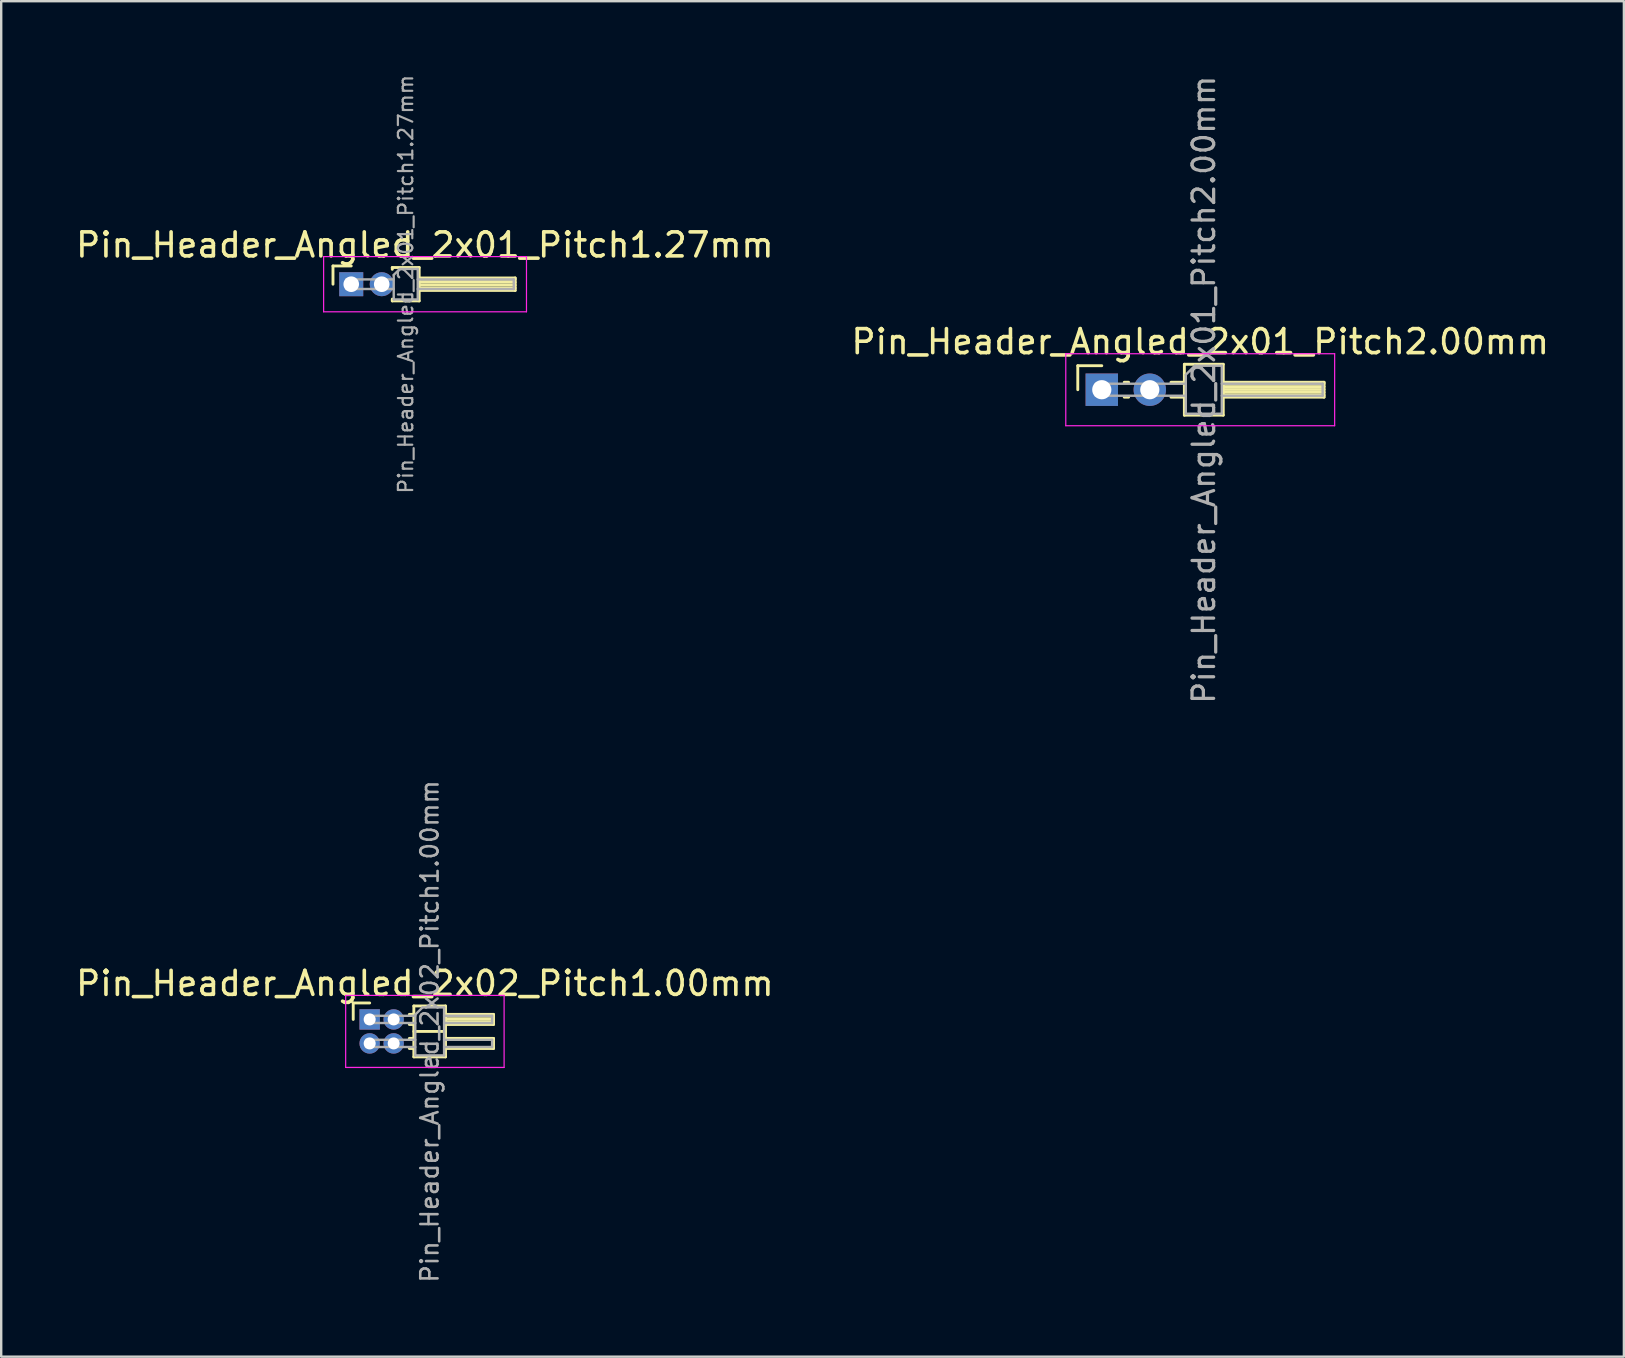
<source format=kicad_pcb>
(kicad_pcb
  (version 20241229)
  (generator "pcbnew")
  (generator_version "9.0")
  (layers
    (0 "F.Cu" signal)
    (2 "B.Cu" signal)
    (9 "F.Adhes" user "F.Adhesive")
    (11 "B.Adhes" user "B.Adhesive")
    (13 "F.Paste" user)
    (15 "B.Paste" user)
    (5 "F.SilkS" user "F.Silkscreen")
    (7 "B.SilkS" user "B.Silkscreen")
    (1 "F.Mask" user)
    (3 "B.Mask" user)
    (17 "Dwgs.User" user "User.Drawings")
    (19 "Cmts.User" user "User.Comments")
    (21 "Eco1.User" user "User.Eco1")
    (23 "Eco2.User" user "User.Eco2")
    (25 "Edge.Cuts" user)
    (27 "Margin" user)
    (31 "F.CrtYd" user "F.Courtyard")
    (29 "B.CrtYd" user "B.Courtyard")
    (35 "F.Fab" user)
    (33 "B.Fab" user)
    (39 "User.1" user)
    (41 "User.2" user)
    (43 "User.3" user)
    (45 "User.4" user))
  (footprint "Pin_Header_Angled_2x01_Pitch1.27mm"
    (layer "F.Cu")
    (at 11.581 8.789)
    (property "Reference" "Pin_Header_Angled_2x01_Pitch1.27mm" (at 3.067 -1.635 0) (layer "F.SilkS") (effects (font (size 1 1) (thickness 0.15))))
    (attr through_hole)
    (fp_line (start -0.76 -0.76) (end 0 -0.76) (stroke (width 0.12) (type solid)) (layer "F.SilkS"))
    (fp_line (start -0.76 0) (end -0.76 -0.76) (stroke (width 0.12) (type solid)) (layer "F.SilkS"))
    (fp_line (start 1.71 -0.695) (end 2.83 -0.695) (stroke (width 0.12) (type solid)) (layer "F.SilkS"))
    (fp_line (start 1.71 -0.62) (end 1.71 -0.695) (stroke (width 0.12) (type solid)) (layer "F.SilkS"))
    (fp_line (start 1.71 0.695) (end 1.71 0.62) (stroke (width 0.12) (type solid)) (layer "F.SilkS"))
    (fp_line (start 2.83 -0.695) (end 2.83 0.695) (stroke (width 0.12) (type solid)) (layer "F.SilkS"))
    (fp_line (start 2.83 -0.26) (end 6.83 -0.26) (stroke (width 0.12) (type solid)) (layer "F.SilkS"))
    (fp_line (start 2.83 -0.2) (end 6.83 -0.2) (stroke (width 0.12) (type solid)) (layer "F.SilkS"))
    (fp_line (start 2.83 -0.08) (end 6.83 -0.08) (stroke (width 0.12) (type solid)) (layer "F.SilkS"))
    (fp_line (start 2.83 0.04) (end 6.83 0.04) (stroke (width 0.12) (type solid)) (layer "F.SilkS"))
    (fp_line (start 2.83 0.16) (end 6.83 0.16) (stroke (width 0.12) (type solid)) (layer "F.SilkS"))
    (fp_line (start 2.83 0.695) (end 1.71 0.695) (stroke (width 0.12) (type solid)) (layer "F.SilkS"))
    (fp_line (start 6.83 -0.26) (end 6.83 0.26) (stroke (width 0.12) (type solid)) (layer "F.SilkS"))
    (fp_line (start 6.83 0.26) (end 2.83 0.26) (stroke (width 0.12) (type solid)) (layer "F.SilkS"))
    (fp_line (start -1.15 -1.15) (end -1.15 1.15) (stroke (width 0.05) (type solid)) (layer "F.CrtYd"))
    (fp_line (start -1.15 1.15) (end 7.3 1.15) (stroke (width 0.05) (type solid)) (layer "F.CrtYd"))
    (fp_line (start 7.3 -1.15) (end -1.15 -1.15) (stroke (width 0.05) (type solid)) (layer "F.CrtYd"))
    (fp_line (start 7.3 1.15) (end 7.3 -1.15) (stroke (width 0.05) (type solid)) (layer "F.CrtYd"))
    (fp_line (start -0.2 -0.2) (end -0.2 0.2) (stroke (width 0.1) (type solid)) (layer "F.Fab"))
    (fp_line (start -0.2 -0.2) (end 1.77 -0.2) (stroke (width 0.1) (type solid)) (layer "F.Fab"))
    (fp_line (start -0.2 0.2) (end 1.77 0.2) (stroke (width 0.1) (type solid)) (layer "F.Fab"))
    (fp_line (start 1.77 -0.385) (end 2.02 -0.635) (stroke (width 0.1) (type solid)) (layer "F.Fab"))
    (fp_line (start 1.77 0.635) (end 1.77 -0.385) (stroke (width 0.1) (type solid)) (layer "F.Fab"))
    (fp_line (start 2.02 -0.635) (end 2.77 -0.635) (stroke (width 0.1) (type solid)) (layer "F.Fab"))
    (fp_line (start 2.77 -0.635) (end 2.77 0.635) (stroke (width 0.1) (type solid)) (layer "F.Fab"))
    (fp_line (start 2.77 -0.2) (end 6.77 -0.2) (stroke (width 0.1) (type solid)) (layer "F.Fab"))
    (fp_line (start 2.77 0.2) (end 6.77 0.2) (stroke (width 0.1) (type solid)) (layer "F.Fab"))
    (fp_line (start 2.77 0.635) (end 1.77 0.635) (stroke (width 0.1) (type solid)) (layer "F.Fab"))
    (fp_line (start 6.77 -0.2) (end 6.77 0.2) (stroke (width 0.1) (type solid)) (layer "F.Fab"))
    (fp_text user "${REFERENCE}" (at 2.27 0 90) (layer "F.Fab") (effects (font (size 0.6 0.6) (thickness 0.09))))
    (pad "1" thru_hole rect (at 0 0) (size 1 1) (drill 0.65) (layers "*.Cu" "*.Mask"))
    (pad "2" thru_hole oval (at 1.27 0) (size 1 1) (drill 0.65) (layers "*.Cu" "*.Mask")))
  (footprint "Pin_Header_Angled_2x01_Pitch2.00mm"
    (layer "F.Cu")
    (at 42.846 13.184)
    (property "Reference" "Pin_Header_Angled_2x01_Pitch2.00mm" (at 4.1 -2 0) (layer "F.SilkS") (effects (font (size 1 1) (thickness 0.15))))
    (attr through_hole)
    (fp_line (start -1 -1) (end 0 -1) (stroke (width 0.12) (type solid)) (layer "F.SilkS"))
    (fp_line (start -1 0) (end -1 -1) (stroke (width 0.12) (type solid)) (layer "F.SilkS"))
    (fp_line (start 0.935 -0.31) (end 1.118 -0.31) (stroke (width 0.12) (type solid)) (layer "F.SilkS"))
    (fp_line (start 0.935 0.31) (end 1.118 0.31) (stroke (width 0.12) (type solid)) (layer "F.SilkS"))
    (fp_line (start 2.882 -0.31) (end 3.44 -0.31) (stroke (width 0.12) (type solid)) (layer "F.SilkS"))
    (fp_line (start 2.882 0.31) (end 3.44 0.31) (stroke (width 0.12) (type solid)) (layer "F.SilkS"))
    (fp_line (start 3.44 -1.06) (end 3.44 1.06) (stroke (width 0.12) (type solid)) (layer "F.SilkS"))
    (fp_line (start 3.44 1.06) (end 5.06 1.06) (stroke (width 0.12) (type solid)) (layer "F.SilkS"))
    (fp_line (start 5.06 -1.06) (end 3.44 -1.06) (stroke (width 0.12) (type solid)) (layer "F.SilkS"))
    (fp_line (start 5.06 -0.31) (end 9.26 -0.31) (stroke (width 0.12) (type solid)) (layer "F.SilkS"))
    (fp_line (start 5.06 -0.25) (end 9.26 -0.25) (stroke (width 0.12) (type solid)) (layer "F.SilkS"))
    (fp_line (start 5.06 -0.13) (end 9.26 -0.13) (stroke (width 0.12) (type solid)) (layer "F.SilkS"))
    (fp_line (start 5.06 -0.01) (end 9.26 -0.01) (stroke (width 0.12) (type solid)) (layer "F.SilkS"))
    (fp_line (start 5.06 0.11) (end 9.26 0.11) (stroke (width 0.12) (type solid)) (layer "F.SilkS"))
    (fp_line (start 5.06 0.23) (end 9.26 0.23) (stroke (width 0.12) (type solid)) (layer "F.SilkS"))
    (fp_line (start 5.06 1.06) (end 5.06 -1.06) (stroke (width 0.12) (type solid)) (layer "F.SilkS"))
    (fp_line (start 9.26 -0.31) (end 9.26 0.31) (stroke (width 0.12) (type solid)) (layer "F.SilkS"))
    (fp_line (start 9.26 0.31) (end 5.06 0.31) (stroke (width 0.12) (type solid)) (layer "F.SilkS"))
    (fp_line (start -1.5 -1.5) (end -1.5 1.5) (stroke (width 0.05) (type solid)) (layer "F.CrtYd"))
    (fp_line (start -1.5 1.5) (end 9.7 1.5) (stroke (width 0.05) (type solid)) (layer "F.CrtYd"))
    (fp_line (start 9.7 -1.5) (end -1.5 -1.5) (stroke (width 0.05) (type solid)) (layer "F.CrtYd"))
    (fp_line (start 9.7 1.5) (end 9.7 -1.5) (stroke (width 0.05) (type solid)) (layer "F.CrtYd"))
    (fp_line (start -0.25 -0.25) (end -0.25 0.25) (stroke (width 0.1) (type solid)) (layer "F.Fab"))
    (fp_line (start -0.25 -0.25) (end 3.5 -0.25) (stroke (width 0.1) (type solid)) (layer "F.Fab"))
    (fp_line (start -0.25 0.25) (end 3.5 0.25) (stroke (width 0.1) (type solid)) (layer "F.Fab"))
    (fp_line (start 3.5 -0.625) (end 3.875 -1) (stroke (width 0.1) (type solid)) (layer "F.Fab"))
    (fp_line (start 3.5 1) (end 3.5 -0.625) (stroke (width 0.1) (type solid)) (layer "F.Fab"))
    (fp_line (start 3.875 -1) (end 5 -1) (stroke (width 0.1) (type solid)) (layer "F.Fab"))
    (fp_line (start 5 -1) (end 5 1) (stroke (width 0.1) (type solid)) (layer "F.Fab"))
    (fp_line (start 5 -0.25) (end 9.2 -0.25) (stroke (width 0.1) (type solid)) (layer "F.Fab"))
    (fp_line (start 5 0.25) (end 9.2 0.25) (stroke (width 0.1) (type solid)) (layer "F.Fab"))
    (fp_line (start 5 1) (end 3.5 1) (stroke (width 0.1) (type solid)) (layer "F.Fab"))
    (fp_line (start 9.2 -0.25) (end 9.2 0.25) (stroke (width 0.1) (type solid)) (layer "F.Fab"))
    (fp_text user "${REFERENCE}" (at 4.25 0 90) (layer "F.Fab") (effects (font (size 0.9 0.9) (thickness 0.135))))
    (pad "1" thru_hole rect (at 0 0) (size 1.35 1.35) (drill 0.8) (layers "*.Cu" "*.Mask"))
    (pad "2" thru_hole oval (at 2 0) (size 1.35 1.35) (drill 0.8) (layers "*.Cu" "*.Mask")))
  (footprint "Pin_Header_Angled_2x02_Pitch1.00mm"
    (layer "F.Cu")
    (at 12.349 39.415)
    (property "Reference" "Pin_Header_Angled_2x02_Pitch1.00mm" (at 2.3 -1.5 0) (layer "F.SilkS") (effects (font (size 1 1) (thickness 0.15))))
    (attr through_hole)
    (fp_line (start -0.685 -0.685) (end 0 -0.685) (stroke (width 0.12) (type solid)) (layer "F.SilkS"))
    (fp_line (start -0.685 0) (end -0.685 -0.685) (stroke (width 0.12) (type solid)) (layer "F.SilkS"))
    (fp_line (start 1.652 -0.21) (end 1.84 -0.21) (stroke (width 0.12) (type solid)) (layer "F.SilkS"))
    (fp_line (start 1.652 0.21) (end 1.84 0.21) (stroke (width 0.12) (type solid)) (layer "F.SilkS"))
    (fp_line (start 1.652 0.79) (end 1.84 0.79) (stroke (width 0.12) (type solid)) (layer "F.SilkS"))
    (fp_line (start 1.652 1.21) (end 1.84 1.21) (stroke (width 0.12) (type solid)) (layer "F.SilkS"))
    (fp_line (start 1.84 -0.56) (end 1.84 1.56) (stroke (width 0.12) (type solid)) (layer "F.SilkS"))
    (fp_line (start 1.84 0.5) (end 3.16 0.5) (stroke (width 0.12) (type solid)) (layer "F.SilkS"))
    (fp_line (start 1.84 1.56) (end 3.16 1.56) (stroke (width 0.12) (type solid)) (layer "F.SilkS"))
    (fp_line (start 3.16 -0.56) (end 1.84 -0.56) (stroke (width 0.12) (type solid)) (layer "F.SilkS"))
    (fp_line (start 3.16 -0.21) (end 5.16 -0.21) (stroke (width 0.12) (type solid)) (layer "F.SilkS"))
    (fp_line (start 3.16 -0.15) (end 5.16 -0.15) (stroke (width 0.12) (type solid)) (layer "F.SilkS"))
    (fp_line (start 3.16 -0.03) (end 5.16 -0.03) (stroke (width 0.12) (type solid)) (layer "F.SilkS"))
    (fp_line (start 3.16 0.09) (end 5.16 0.09) (stroke (width 0.12) (type solid)) (layer "F.SilkS"))
    (fp_line (start 3.16 0.79) (end 5.16 0.79) (stroke (width 0.12) (type solid)) (layer "F.SilkS"))
    (fp_line (start 3.16 1.56) (end 3.16 -0.56) (stroke (width 0.12) (type solid)) (layer "F.SilkS"))
    (fp_line (start 5.16 -0.21) (end 5.16 0.21) (stroke (width 0.12) (type solid)) (layer "F.SilkS"))
    (fp_line (start 5.16 0.21) (end 3.16 0.21) (stroke (width 0.12) (type solid)) (layer "F.SilkS"))
    (fp_line (start 5.16 0.79) (end 5.16 1.21) (stroke (width 0.12) (type solid)) (layer "F.SilkS"))
    (fp_line (start 5.16 1.21) (end 3.16 1.21) (stroke (width 0.12) (type solid)) (layer "F.SilkS"))
    (fp_line (start -1 -1) (end -1 2) (stroke (width 0.05) (type solid)) (layer "F.CrtYd"))
    (fp_line (start -1 2) (end 5.6 2) (stroke (width 0.05) (type solid)) (layer "F.CrtYd"))
    (fp_line (start 5.6 -1) (end -1 -1) (stroke (width 0.05) (type solid)) (layer "F.CrtYd"))
    (fp_line (start 5.6 2) (end 5.6 -1) (stroke (width 0.05) (type solid)) (layer "F.CrtYd"))
    (fp_line (start -0.15 -0.15) (end -0.15 0.15) (stroke (width 0.1) (type solid)) (layer "F.Fab"))
    (fp_line (start -0.15 -0.15) (end 1.9 -0.15) (stroke (width 0.1) (type solid)) (layer "F.Fab"))
    (fp_line (start -0.15 0.15) (end 1.9 0.15) (stroke (width 0.1) (type solid)) (layer "F.Fab"))
    (fp_line (start -0.15 0.85) (end -0.15 1.15) (stroke (width 0.1) (type solid)) (layer "F.Fab"))
    (fp_line (start -0.15 0.85) (end 1.9 0.85) (stroke (width 0.1) (type solid)) (layer "F.Fab"))
    (fp_line (start -0.15 1.15) (end 1.9 1.15) (stroke (width 0.1) (type solid)) (layer "F.Fab"))
    (fp_line (start 1.9 -0.2) (end 2.2 -0.5) (stroke (width 0.1) (type solid)) (layer "F.Fab"))
    (fp_line (start 1.9 1.5) (end 1.9 -0.2) (stroke (width 0.1) (type solid)) (layer "F.Fab"))
    (fp_line (start 2.2 -0.5) (end 3.1 -0.5) (stroke (width 0.1) (type solid)) (layer "F.Fab"))
    (fp_line (start 3.1 -0.5) (end 3.1 1.5) (stroke (width 0.1) (type solid)) (layer "F.Fab"))
    (fp_line (start 3.1 -0.15) (end 5.1 -0.15) (stroke (width 0.1) (type solid)) (layer "F.Fab"))
    (fp_line (start 3.1 0.15) (end 5.1 0.15) (stroke (width 0.1) (type solid)) (layer "F.Fab"))
    (fp_line (start 3.1 0.85) (end 5.1 0.85) (stroke (width 0.1) (type solid)) (layer "F.Fab"))
    (fp_line (start 3.1 1.15) (end 5.1 1.15) (stroke (width 0.1) (type solid)) (layer "F.Fab"))
    (fp_line (start 3.1 1.5) (end 1.9 1.5) (stroke (width 0.1) (type solid)) (layer "F.Fab"))
    (fp_line (start 5.1 -0.15) (end 5.1 0.15) (stroke (width 0.1) (type solid)) (layer "F.Fab"))
    (fp_line (start 5.1 0.85) (end 5.1 1.15) (stroke (width 0.1) (type solid)) (layer "F.Fab"))
    (fp_text user "${REFERENCE}" (at 2.5 0.5 90) (layer "F.Fab") (effects (font (size 0.72 0.72) (thickness 0.108))))
    (pad "1" thru_hole rect (at 0 0) (size 0.85 0.85) (drill 0.5) (layers "*.Cu" "*.Mask"))
    (pad "2" thru_hole oval (at 1 0) (size 0.85 0.85) (drill 0.5) (layers "*.Cu" "*.Mask"))
    (pad "3" thru_hole oval (at 0 1) (size 0.85 0.85) (drill 0.5) (layers "*.Cu" "*.Mask"))
    (pad "4" thru_hole oval (at 1 1) (size 0.85 0.85) (drill 0.5) (layers "*.Cu" "*.Mask")))
  (gr_rect
    (start -3 -3)
    (end 64.595 53.462)
    (stroke (width 0.1) (type default))
    (fill no)
    (layer "Edge.Cuts")))
</source>
